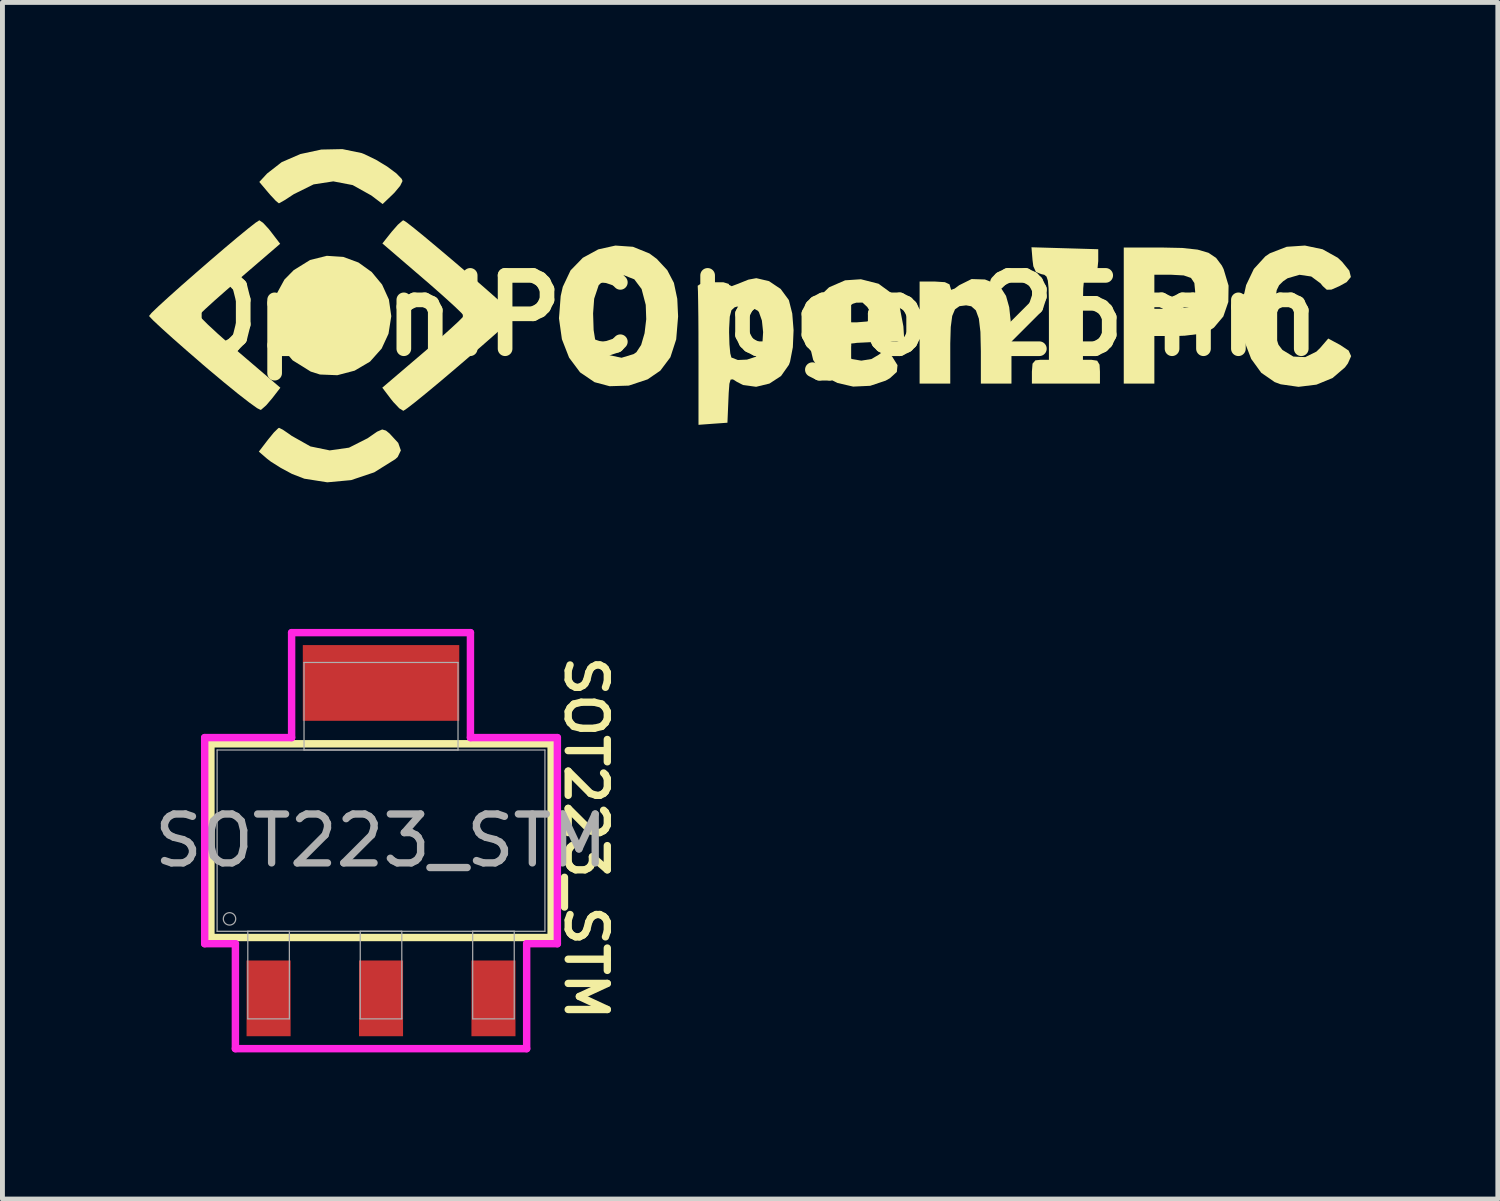
<source format=kicad_pcb>
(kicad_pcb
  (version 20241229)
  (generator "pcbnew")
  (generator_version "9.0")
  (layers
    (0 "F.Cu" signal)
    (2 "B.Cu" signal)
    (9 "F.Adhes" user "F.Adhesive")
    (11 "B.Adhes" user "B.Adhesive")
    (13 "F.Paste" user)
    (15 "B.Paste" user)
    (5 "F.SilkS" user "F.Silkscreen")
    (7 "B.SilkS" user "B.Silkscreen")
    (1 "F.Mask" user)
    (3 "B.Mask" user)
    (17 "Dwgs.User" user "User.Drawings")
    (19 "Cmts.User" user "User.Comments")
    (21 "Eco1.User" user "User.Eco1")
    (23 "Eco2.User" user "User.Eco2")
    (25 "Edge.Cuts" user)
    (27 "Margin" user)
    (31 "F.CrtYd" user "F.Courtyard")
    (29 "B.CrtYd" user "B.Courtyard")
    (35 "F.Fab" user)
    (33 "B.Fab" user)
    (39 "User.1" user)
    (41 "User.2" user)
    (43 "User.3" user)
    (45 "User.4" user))
  (footprint "OpenIPC logo 25mm"
    (layer "F.Cu")
    (at 12.282 3.405)
    (property "Reference" "OpenIPC logo 25mm" (at 0 0 0) (layer "F.SilkS") (effects (font (size 1.5 1.5) (thickness 0.3))))
    (attr board_only exclude_from_pos_files exclude_from_bom)
    (fp_poly (pts (xy -8.311 -1.2) (xy -7.999 -1.085) (xy -7.729 -0.891) (xy -7.516 -0.634) (xy -7.377 -0.328) (xy -7.328 0.012) (xy -7.385 0.372) (xy -7.525 0.675) (xy -7.763 0.942) (xy -8.078 1.127) (xy -8.432 1.22) (xy -8.787 1.206) (xy -8.976 1.146) (xy -9.347 0.915) (xy -9.602 0.611) (xy -9.737 0.241) (xy -9.759 0) (xy -9.698 -0.399) (xy -9.514 -0.736) (xy -9.324 -0.929) (xy -8.989 -1.137) (xy -8.646 -1.222)) (stroke (width 0) (type solid)) (fill yes) (layer "F.SilkS"))
    (fp_poly (pts (xy -9.546 2.335) (xy -9.407 2.43) (xy -9.366 2.46) (xy -8.981 2.677) (xy -8.587 2.758) (xy -8.193 2.702) (xy -7.811 2.509) (xy -7.79 2.494) (xy -7.618 2.375) (xy -7.514 2.33) (xy -7.436 2.353) (xy -7.364 2.412) (xy -7.186 2.605) (xy -7.132 2.759) (xy -7.197 2.893) (xy -7.246 2.938) (xy -7.677 3.207) (xy -8.15 3.366) (xy -8.637 3.411) (xy -9.107 3.337) (xy -9.36 3.239) (xy -9.59 3.115) (xy -9.793 2.987) (xy -9.872 2.926) (xy -10.037 2.783) (xy -9.851 2.54) (xy -9.73 2.392) (xy -9.642 2.306) (xy -9.624 2.296)) (stroke (width 0) (type solid)) (fill yes) (layer "F.SilkS"))
    (fp_poly (pts (xy -7.935 -3.324) (xy -7.879 -3.302) (xy -7.641 -3.187) (xy -7.413 -3.049) (xy -7.226 -2.91) (xy -7.115 -2.796) (xy -7.098 -2.752) (xy -7.145 -2.656) (xy -7.261 -2.516) (xy -7.301 -2.476) (xy -7.505 -2.281) (xy -7.736 -2.456) (xy -8.118 -2.669) (xy -8.514 -2.745) (xy -8.918 -2.683) (xy -9.322 -2.483) (xy -9.339 -2.472) (xy -9.5 -2.366) (xy -9.609 -2.304) (xy -9.628 -2.296) (xy -9.689 -2.345) (xy -9.801 -2.465) (xy -9.844 -2.515) (xy -10.028 -2.733) (xy -9.868 -2.906) (xy -9.57 -3.138) (xy -9.187 -3.304) (xy -8.759 -3.396) (xy -8.328 -3.405)) (stroke (width 0) (type solid)) (fill yes) (layer "F.SilkS"))
    (fp_poly (pts (xy 4.816 -0.738) (xy 5.006 -0.663) (xy 5.147 -0.559) (xy 5.247 -0.402) (xy 5.312 -0.17) (xy 5.347 0.156) (xy 5.358 0.598) (xy 5.358 0.637) (xy 5.358 1.392) (xy 5.045 1.392) (xy 4.732 1.392) (xy 4.732 0.726) (xy 4.723 0.334) (xy 4.691 0.063) (xy 4.63 -0.106) (xy 4.536 -0.19) (xy 4.43 -0.209) (xy 4.295 -0.192) (xy 4.203 -0.127) (xy 4.146 0.008) (xy 4.116 0.234) (xy 4.106 0.572) (xy 4.106 0.675) (xy 4.106 1.392) (xy 3.793 1.392) (xy 3.479 1.392) (xy 3.479 0.348) (xy 3.479 -0.696) (xy 3.793 -0.696) (xy 3.996 -0.683) (xy 4.09 -0.639) (xy 4.106 -0.586) (xy 4.124 -0.526) (xy 4.196 -0.552) (xy 4.289 -0.621) (xy 4.542 -0.747)) (stroke (width 0) (type solid)) (fill yes) (layer "F.SilkS"))
    (fp_poly (pts (xy 6.45 -1.377) (xy 7.133 -1.357) (xy 7.133 -1.113) (xy 7.116 -0.943) (xy 7.048 -0.866) (xy 6.976 -0.848) (xy 6.911 -0.833) (xy 6.867 -0.795) (xy 6.84 -0.71) (xy 6.826 -0.555) (xy 6.821 -0.306) (xy 6.82 0.04) (xy 6.82 0.905) (xy 6.994 0.905) (xy 7.111 0.923) (xy 7.16 1.005) (xy 7.168 1.148) (xy 7.168 1.392) (xy 6.472 1.392) (xy 5.776 1.392) (xy 5.776 1.148) (xy 5.789 0.984) (xy 5.847 0.916) (xy 5.95 0.905) (xy 6.124 0.905) (xy 6.124 0.04) (xy 6.123 -0.32) (xy 6.117 -0.564) (xy 6.102 -0.715) (xy 6.075 -0.797) (xy 6.03 -0.834) (xy 5.967 -0.848) (xy 5.858 -0.892) (xy 5.805 -1.009) (xy 5.789 -1.133) (xy 5.767 -1.397)) (stroke (width 0) (type solid)) (fill yes) (layer "F.SilkS"))
    (fp_poly (pts (xy 8.851 -1.383) (xy 9.165 -1.349) (xy 9.388 -1.284) (xy 9.545 -1.178) (xy 9.661 -1.023) (xy 9.698 -0.949) (xy 9.799 -0.612) (xy 9.794 -0.279) (xy 9.692 0.018) (xy 9.5 0.246) (xy 9.397 0.312) (xy 9.192 0.376) (xy 8.902 0.412) (xy 8.737 0.418) (xy 8.281 0.418) (xy 8.281 0.905) (xy 8.281 1.392) (xy 7.968 1.392) (xy 7.655 1.392) (xy 7.655 0) (xy 7.655 -0.487) (xy 8.281 -0.487) (xy 8.281 -0.139) (xy 8.589 -0.139) (xy 8.804 -0.148) (xy 8.972 -0.172) (xy 9.006 -0.181) (xy 9.092 -0.288) (xy 9.116 -0.487) (xy 9.099 -0.665) (xy 9.03 -0.77) (xy 8.881 -0.821) (xy 8.624 -0.835) (xy 8.589 -0.835) (xy 8.281 -0.835) (xy 8.281 -0.487) (xy 7.655 -0.487) (xy 7.655 -1.392) (xy 8.424 -1.392)) (stroke (width 0) (type solid)) (fill yes) (layer "F.SilkS"))
    (fp_poly (pts (xy -9.952 -1.898) (xy -9.834 -1.771) (xy -9.785 -1.708) (xy -9.601 -1.468) (xy -10.42 -0.764) (xy -10.703 -0.518) (xy -10.946 -0.304) (xy -11.13 -0.136) (xy -11.238 -0.033) (xy -11.257 -0.009) (xy -11.213 0.051) (xy -11.08 0.184) (xy -10.875 0.374) (xy -10.616 0.603) (xy -10.436 0.759) (xy -9.597 1.476) (xy -9.763 1.691) (xy -9.887 1.836) (xy -9.986 1.923) (xy -10.001 1.93) (xy -10.073 1.894) (xy -10.233 1.779) (xy -10.465 1.599) (xy -10.751 1.366) (xy -11.076 1.094) (xy -11.178 1.007) (xy -11.507 0.722) (xy -11.798 0.466) (xy -12.033 0.254) (xy -12.199 0.099) (xy -12.278 0.016) (xy -12.282 0.007) (xy -12.232 -0.054) (xy -12.094 -0.187) (xy -11.887 -0.376) (xy -11.63 -0.606) (xy -11.342 -0.858) (xy -11.043 -1.118) (xy -10.75 -1.369) (xy -10.483 -1.594) (xy -10.261 -1.776) (xy -10.103 -1.9) (xy -10.028 -1.948) (xy -10.026 -1.948)) (stroke (width 0) (type solid)) (fill yes) (layer "F.SilkS"))
    (fp_poly (pts (xy -7.012 -1.905) (xy -6.861 -1.787) (xy -6.643 -1.609) (xy -6.379 -1.388) (xy -6.086 -1.141) (xy -5.784 -0.883) (xy -5.492 -0.631) (xy -5.229 -0.4) (xy -5.014 -0.208) (xy -4.865 -0.07) (xy -4.803 -0.003) (xy -4.802 -0.000213) (xy -4.852 0.059) (xy -4.991 0.19) (xy -5.199 0.378) (xy -5.458 0.605) (xy -5.748 0.856) (xy -6.05 1.114) (xy -6.345 1.364) (xy -6.615 1.588) (xy -6.84 1.771) (xy -7.002 1.896) (xy -7.08 1.948) (xy -7.083 1.948) (xy -7.164 1.898) (xy -7.285 1.77) (xy -7.332 1.712) (xy -7.512 1.475) (xy -6.679 0.764) (xy -6.394 0.519) (xy -6.152 0.303) (xy -5.969 0.135) (xy -5.864 0.03) (xy -5.845 0.004) (xy -5.896 -0.056) (xy -6.034 -0.189) (xy -6.243 -0.379) (xy -6.504 -0.61) (xy -6.678 -0.76) (xy -7.51 -1.475) (xy -7.322 -1.712) (xy -7.195 -1.857) (xy -7.1 -1.94) (xy -7.079 -1.948)) (stroke (width 0) (type solid)) (fill yes) (layer "F.SilkS"))
    (fp_poly (pts (xy -2.385 -1.407) (xy -2.047 -1.27) (xy -1.898 -1.16) (xy -1.683 -0.929) (xy -1.547 -0.669) (xy -1.478 -0.342) (xy -1.461 0.018) (xy -1.5 0.487) (xy -1.619 0.853) (xy -1.825 1.127) (xy -2.085 1.305) (xy -2.47 1.433) (xy -2.862 1.445) (xy -3.17 1.363) (xy -3.466 1.162) (xy -3.691 0.861) (xy -3.838 0.484) (xy -3.898 0.056) (xy -3.89 -0.043) (xy -3.2 -0.043) (xy -3.189 0.297) (xy -3.152 0.528) (xy -3.078 0.677) (xy -2.957 0.775) (xy -2.895 0.805) (xy -2.618 0.863) (xy -2.37 0.788) (xy -2.314 0.749) (xy -2.217 0.601) (xy -2.147 0.361) (xy -2.113 0.074) (xy -2.123 -0.216) (xy -2.125 -0.226) (xy -2.208 -0.543) (xy -2.357 -0.741) (xy -2.58 -0.829) (xy -2.674 -0.835) (xy -2.919 -0.782) (xy -3.086 -0.62) (xy -3.178 -0.345) (xy -3.2 -0.043) (xy -3.89 -0.043) (xy -3.863 -0.399) (xy -3.82 -0.588) (xy -3.661 -0.924) (xy -3.41 -1.182) (xy -3.094 -1.354) (xy -2.743 -1.432)) (stroke (width 0) (type solid)) (fill yes) (layer "F.SilkS"))
    (fp_poly (pts (xy 11.722 -1.356) (xy 12.032 -1.183) (xy 12.121 -1.1) (xy 12.269 -0.918) (xy 12.301 -0.789) (xy 12.215 -0.684) (xy 12.068 -0.603) (xy 11.904 -0.531) (xy 11.808 -0.528) (xy 11.725 -0.603) (xy 11.68 -0.659) (xy 11.49 -0.799) (xy 11.25 -0.834) (xy 11.006 -0.763) (xy 10.916 -0.702) (xy 10.833 -0.621) (xy 10.784 -0.521) (xy 10.76 -0.366) (xy 10.752 -0.12) (xy 10.752 -0.008) (xy 10.757 0.284) (xy 10.777 0.474) (xy 10.821 0.599) (xy 10.896 0.697) (xy 10.904 0.705) (xy 11.124 0.839) (xy 11.367 0.85) (xy 11.595 0.738) (xy 11.671 0.664) (xy 11.838 0.47) (xy 12.078 0.599) (xy 12.255 0.716) (xy 12.306 0.83) (xy 12.24 0.979) (xy 12.18 1.06) (xy 11.927 1.277) (xy 11.597 1.413) (xy 11.229 1.458) (xy 10.865 1.406) (xy 10.743 1.361) (xy 10.468 1.171) (xy 10.262 0.887) (xy 10.127 0.537) (xy 10.064 0.151) (xy 10.074 -0.245) (xy 10.158 -0.623) (xy 10.316 -0.954) (xy 10.551 -1.211) (xy 10.644 -1.274) (xy 10.988 -1.407) (xy 11.361 -1.432)) (stroke (width 0) (type solid)) (fill yes) (layer "F.SilkS"))
    (fp_poly (pts (xy 2.639 -0.651) (xy 2.904 -0.457) (xy 3.074 -0.162) (xy 3.147 0.219) (xy 3.166 0.522) (xy 2.523 0.542) (xy 2.2 0.558) (xy 1.998 0.582) (xy 1.898 0.619) (xy 1.879 0.655) (xy 1.938 0.797) (xy 2.088 0.889) (xy 2.287 0.922) (xy 2.493 0.889) (xy 2.642 0.802) (xy 2.745 0.723) (xy 2.82 0.736) (xy 2.92 0.843) (xy 3.027 1.015) (xy 3.013 1.153) (xy 2.871 1.282) (xy 2.785 1.331) (xy 2.468 1.437) (xy 2.12 1.453) (xy 1.799 1.379) (xy 1.691 1.325) (xy 1.45 1.137) (xy 1.302 0.909) (xy 1.23 0.606) (xy 1.218 0.339) (xy 1.23 0.044) (xy 1.242 -0.016) (xy 1.891 -0.016) (xy 1.892 0.079) (xy 1.95 0.125) (xy 2.102 0.139) (xy 2.187 0.139) (xy 2.409 0.121) (xy 2.502 0.067) (xy 2.505 0.048) (xy 2.467 -0.077) (xy 2.408 -0.176) (xy 2.312 -0.265) (xy 2.185 -0.264) (xy 2.112 -0.241) (xy 1.944 -0.13) (xy 1.891 -0.016) (xy 1.242 -0.016) (xy 1.272 -0.159) (xy 1.355 -0.316) (xy 1.362 -0.325) (xy 1.627 -0.578) (xy 1.955 -0.721) (xy 2.278 -0.743)) (stroke (width 0) (type solid)) (fill yes) (layer "F.SilkS"))
    (fp_poly (pts (xy 0.399 -0.704) (xy 0.637 -0.544) (xy 0.8 -0.323) (xy 0.806 -0.311) (xy 0.874 -0.041) (xy 0.901 0.299) (xy 0.886 0.648) (xy 0.829 0.943) (xy 0.806 1.007) (xy 0.644 1.237) (xy 0.408 1.391) (xy 0.135 1.457) (xy -0.132 1.421) (xy -0.26 1.355) (xy -0.34 1.305) (xy -0.387 1.31) (xy -0.412 1.395) (xy -0.426 1.584) (xy -0.432 1.721) (xy -0.452 2.192) (xy -0.748 2.213) (xy -1.044 2.235) (xy -1.044 0.839) (xy -1.045 0.411) (xy -1.045 0.344) (xy -0.418 0.344) (xy -0.411 0.587) (xy -0.394 0.773) (xy -0.371 0.858) (xy -0.239 0.909) (xy -0.052 0.901) (xy 0.121 0.845) (xy 0.206 0.77) (xy 0.263 0.579) (xy 0.278 0.338) (xy 0.253 0.102) (xy 0.192 -0.071) (xy 0.169 -0.099) (xy -0.024 -0.2) (xy -0.266 -0.181) (xy -0.307 -0.167) (xy -0.37 -0.109) (xy -0.404 0.023) (xy -0.417 0.257) (xy -0.418 0.344) (xy -1.045 0.344) (xy -1.047 0.031) (xy -1.051 -0.279) (xy -1.055 -0.498) (xy -1.06 -0.604) (xy -1.061 -0.609) (xy -1.01 -0.643) (xy -0.859 -0.672) (xy -0.748 -0.682) (xy -0.535 -0.681) (xy -0.426 -0.648) (xy -0.418 -0.628) (xy -0.365 -0.601) (xy -0.221 -0.655) (xy -0.212 -0.659) (xy -0.023 -0.735) (xy 0.139 -0.765)) (stroke (width 0) (type solid)) (fill yes) (layer "F.SilkS")))
  (footprint "SOT223_STM"
    (layer "F.Cu")
    (at 4.744 14.146)
    (property "Reference" "SOT223_STM" (at 4.191 -0.051 270) (unlocked yes) (layer "F.SilkS") (effects (font (size 0.8 0.8) (thickness 0.15))))
    (attr smd)
    (fp_line (start -3.48 -1.981) (end -3.48 1.981) (stroke (width 0.152) (type solid)) (layer "F.SilkS"))
    (fp_line (start -3.48 1.981) (end 3.48 1.981) (stroke (width 0.152) (type solid)) (layer "F.SilkS"))
    (fp_line (start 3.48 -1.981) (end -3.48 -1.981) (stroke (width 0.152) (type solid)) (layer "F.SilkS"))
    (fp_line (start 3.48 1.981) (end 3.48 -1.981) (stroke (width 0.152) (type solid)) (layer "F.SilkS"))
    (fp_line (start -3.607 -2.108) (end -1.829 -2.108) (stroke (width 0.152) (type solid)) (layer "F.CrtYd"))
    (fp_line (start -3.607 2.108) (end -3.607 -2.108) (stroke (width 0.152) (type solid)) (layer "F.CrtYd"))
    (fp_line (start -2.979 2.108) (end -3.607 2.108) (stroke (width 0.152) (type solid)) (layer "F.CrtYd"))
    (fp_line (start -2.979 4.255) (end -2.979 2.108) (stroke (width 0.152) (type solid)) (layer "F.CrtYd"))
    (fp_line (start -1.829 -4.255) (end 1.829 -4.255) (stroke (width 0.152) (type solid)) (layer "F.CrtYd"))
    (fp_line (start -1.829 -2.108) (end -1.829 -4.255) (stroke (width 0.152) (type solid)) (layer "F.CrtYd"))
    (fp_line (start 1.829 -4.255) (end 1.829 -2.108) (stroke (width 0.152) (type solid)) (layer "F.CrtYd"))
    (fp_line (start 1.829 -2.108) (end 3.607 -2.108) (stroke (width 0.152) (type solid)) (layer "F.CrtYd"))
    (fp_line (start 2.979 2.108) (end 2.979 4.255) (stroke (width 0.152) (type solid)) (layer "F.CrtYd"))
    (fp_line (start 2.979 4.255) (end -2.979 4.255) (stroke (width 0.152) (type solid)) (layer "F.CrtYd"))
    (fp_line (start 3.607 -2.108) (end 3.607 2.108) (stroke (width 0.152) (type solid)) (layer "F.CrtYd"))
    (fp_line (start 3.607 2.108) (end 2.979 2.108) (stroke (width 0.152) (type solid)) (layer "F.CrtYd"))
    (fp_line (start -3.353 -1.854) (end -3.353 1.854) (stroke (width 0.025) (type solid)) (layer "F.Fab"))
    (fp_line (start -3.353 1.854) (end 3.353 1.854) (stroke (width 0.025) (type solid)) (layer "F.Fab"))
    (fp_line (start -2.725 1.854) (end -2.725 3.645) (stroke (width 0.025) (type solid)) (layer "F.Fab"))
    (fp_line (start -2.725 3.645) (end -1.875 3.645) (stroke (width 0.025) (type solid)) (layer "F.Fab"))
    (fp_line (start -1.875 1.854) (end -2.725 1.854) (stroke (width 0.025) (type solid)) (layer "F.Fab"))
    (fp_line (start -1.875 3.645) (end -1.875 1.854) (stroke (width 0.025) (type solid)) (layer "F.Fab"))
    (fp_line (start -1.575 -3.645) (end -1.575 -1.854) (stroke (width 0.025) (type solid)) (layer "F.Fab"))
    (fp_line (start -1.575 -1.854) (end 1.575 -1.854) (stroke (width 0.025) (type solid)) (layer "F.Fab"))
    (fp_line (start -0.425 1.854) (end -0.425 3.645) (stroke (width 0.025) (type solid)) (layer "F.Fab"))
    (fp_line (start -0.425 3.645) (end 0.425 3.645) (stroke (width 0.025) (type solid)) (layer "F.Fab"))
    (fp_line (start 0.425 1.854) (end -0.425 1.854) (stroke (width 0.025) (type solid)) (layer "F.Fab"))
    (fp_line (start 0.425 3.645) (end 0.425 1.854) (stroke (width 0.025) (type solid)) (layer "F.Fab"))
    (fp_line (start 1.575 -3.645) (end -1.575 -3.645) (stroke (width 0.025) (type solid)) (layer "F.Fab"))
    (fp_line (start 1.575 -1.854) (end 1.575 -3.645) (stroke (width 0.025) (type solid)) (layer "F.Fab"))
    (fp_line (start 1.875 1.854) (end 1.875 3.645) (stroke (width 0.025) (type solid)) (layer "F.Fab"))
    (fp_line (start 1.875 3.645) (end 2.725 3.645) (stroke (width 0.025) (type solid)) (layer "F.Fab"))
    (fp_line (start 2.725 1.854) (end 1.875 1.854) (stroke (width 0.025) (type solid)) (layer "F.Fab"))
    (fp_line (start 2.725 3.645) (end 2.725 1.854) (stroke (width 0.025) (type solid)) (layer "F.Fab"))
    (fp_line (start 3.353 -1.854) (end -3.353 -1.854) (stroke (width 0.025) (type solid)) (layer "F.Fab"))
    (fp_line (start 3.353 1.854) (end 3.353 -1.854) (stroke (width 0.025) (type solid)) (layer "F.Fab"))
    (fp_circle (center -3.099 1.6) (end -2.972 1.6) (stroke (width 0.025) (type solid)) (fill no) (layer "F.Fab"))
    (fp_text user "${REFERENCE}" (at 0 0 0) (unlocked yes) (layer "F.Fab") (effects (font (size 1 1) (thickness 0.15))))
    (pad "1" smd rect (at -2.3 3.226) (size 0.901 1.549) (layers "F.Cu" "F.Mask" "F.Paste"))
    (pad "2" smd rect (at 0 3.226) (size 0.901 1.549) (layers "F.Cu" "F.Mask" "F.Paste"))
    (pad "3" smd rect (at 2.3 3.226) (size 0.901 1.549) (layers "F.Cu" "F.Mask" "F.Paste"))
    (pad "4" smd rect (at 0 -3.226) (size 3.2 1.549) (layers "F.Cu" "F.Mask" "F.Paste")))
  (gr_rect
    (start -3 -3)
    (end 27.589 21.477)
    (stroke (width 0.1) (type default))
    (fill no)
    (layer "Edge.Cuts")))
</source>
